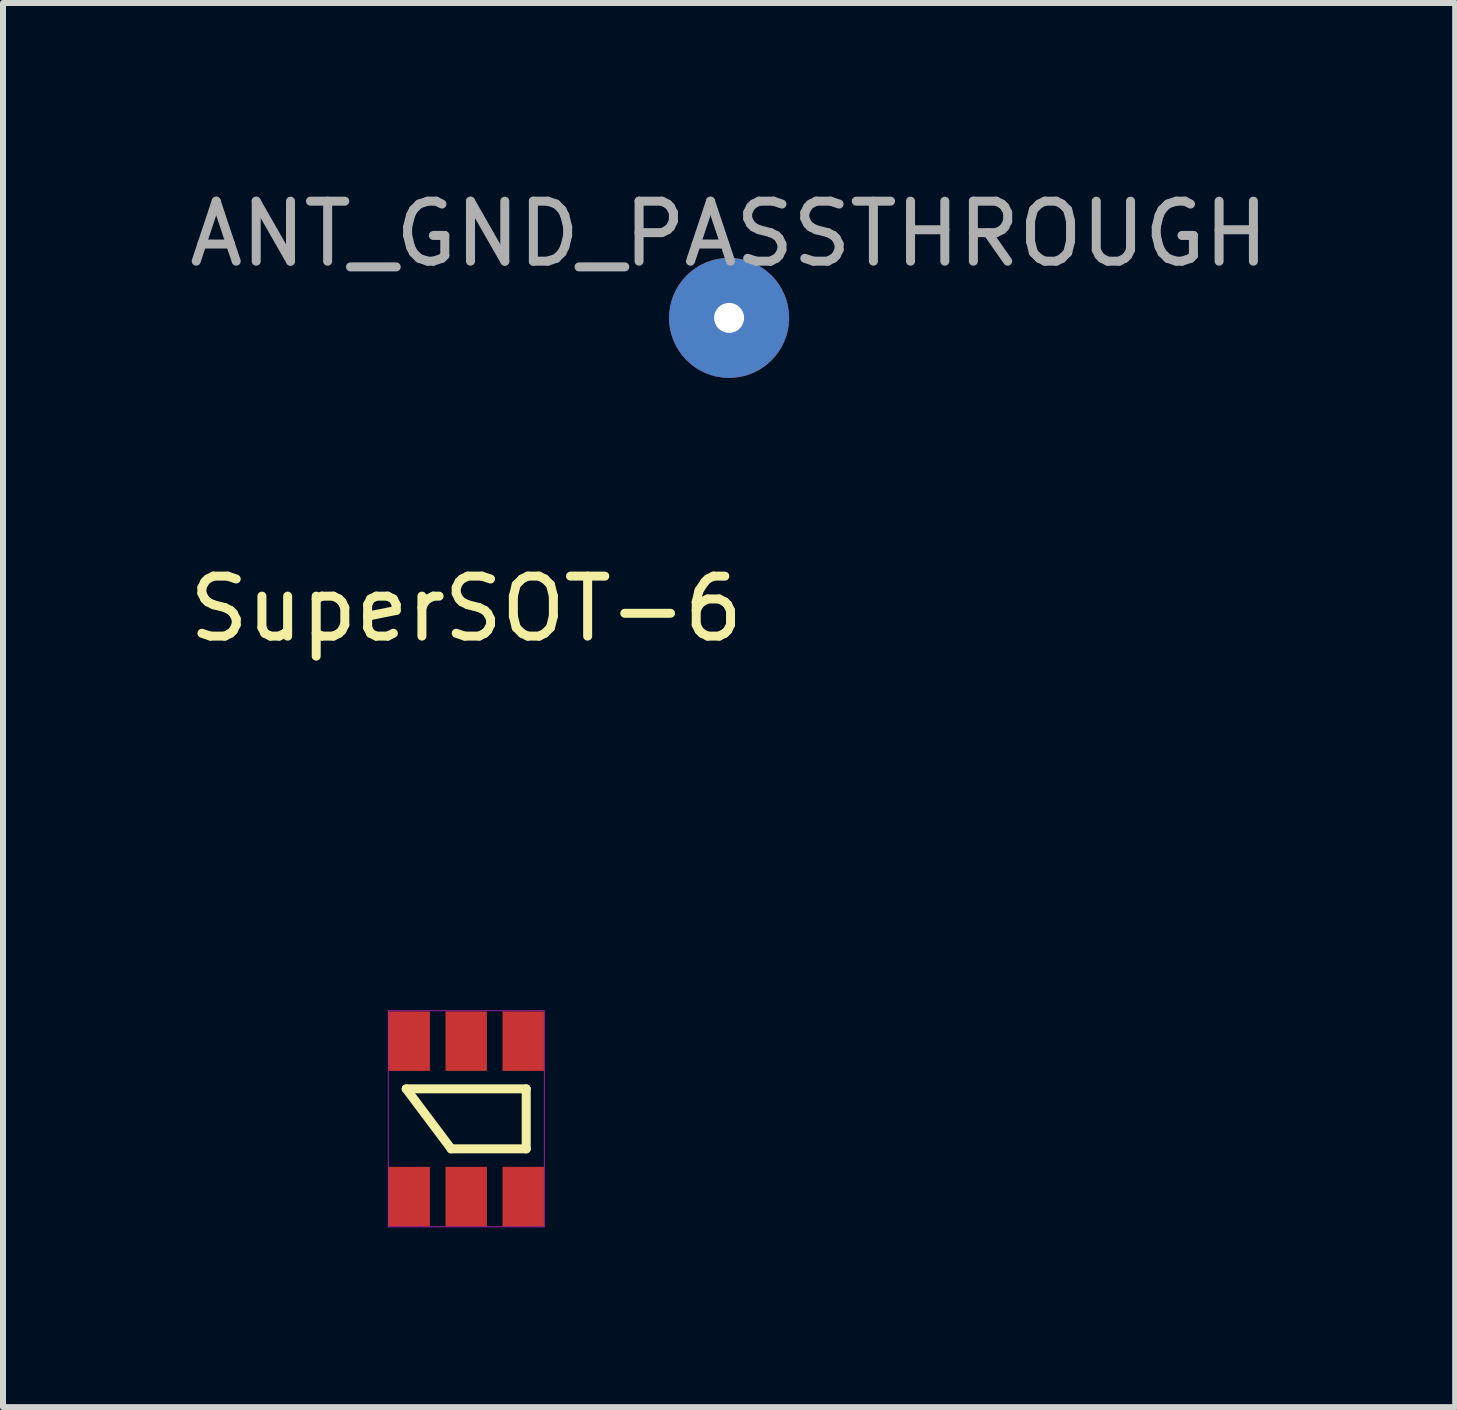
<source format=kicad_pcb>
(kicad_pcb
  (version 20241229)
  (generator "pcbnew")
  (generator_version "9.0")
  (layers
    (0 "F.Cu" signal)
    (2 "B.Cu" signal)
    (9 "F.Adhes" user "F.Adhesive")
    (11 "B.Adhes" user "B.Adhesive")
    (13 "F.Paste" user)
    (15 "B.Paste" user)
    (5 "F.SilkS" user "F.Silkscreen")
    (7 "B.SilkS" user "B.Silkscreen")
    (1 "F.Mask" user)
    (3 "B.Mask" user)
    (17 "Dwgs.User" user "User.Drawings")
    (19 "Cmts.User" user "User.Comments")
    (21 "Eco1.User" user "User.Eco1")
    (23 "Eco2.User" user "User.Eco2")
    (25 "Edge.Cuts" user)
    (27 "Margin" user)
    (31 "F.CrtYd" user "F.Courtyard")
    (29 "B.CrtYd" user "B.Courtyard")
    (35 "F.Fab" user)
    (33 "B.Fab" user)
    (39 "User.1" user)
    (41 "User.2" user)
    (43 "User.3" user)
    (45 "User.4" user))
  (footprint "ANT_GND_PASSTHROUGH"
    (layer "F.Cu")
    (at 9.101 2.248)
    (property "Reference" "ANT_GND_PASSTHROUGH" (at 0 -1.4 0) (layer "F.Fab") (effects (font (size 1 1) (thickness 0.15))))
    (attr through_hole)
    (pad "1" thru_hole circle (at 0 0) (size 2 2) (drill 0.5) (layers "*.Cu" "*.Mask")))
  (footprint "SuperSOT-6"
    (layer "F.Cu")
    (at 4.72 15.597)
    (property "Reference" "SuperSOT-6" (at 0 -8.5 0) (layer "F.SilkS") (effects (font (size 1 1) (thickness 0.15))))
    (attr through_hole)
    (fp_line (start -1 -0.5) (end -0.25 0.5) (stroke (width 0.15) (type solid)) (layer "F.SilkS"))
    (fp_line (start -0.25 0.5) (end 1 0.5) (stroke (width 0.15) (type solid)) (layer "F.SilkS"))
    (fp_line (start 1 -0.5) (end -1 -0.5) (stroke (width 0.15) (type solid)) (layer "F.SilkS"))
    (fp_line (start 1 0.5) (end 1 -0.5) (stroke (width 0.15) (type solid)) (layer "F.SilkS"))
    (fp_line (start -1.3 -1.8) (end 1.3 -1.8) (stroke (width 0.01) (type solid)) (layer "F.CrtYd"))
    (fp_line (start -1.3 1.8) (end -1.3 -1.8) (stroke (width 0.01) (type solid)) (layer "F.CrtYd"))
    (fp_line (start 1.3 -1.8) (end 1.3 1.8) (stroke (width 0.01) (type solid)) (layer "F.CrtYd"))
    (fp_line (start 1.3 1.8) (end -1.3 1.8) (stroke (width 0.01) (type solid)) (layer "F.CrtYd"))
    (pad "1" smd rect (at -0.95 1.295) (size 0.69 0.99) (layers "F.Cu" "F.Mask" "F.Paste"))
    (pad "2" smd rect (at 0 1.295) (size 0.69 0.99) (layers "F.Cu" "F.Mask" "F.Paste"))
    (pad "3" smd rect (at 0.95 1.295) (size 0.69 0.99) (layers "F.Cu" "F.Mask" "F.Paste"))
    (pad "4" smd rect (at 0.95 -1.295) (size 0.69 0.99) (layers "F.Cu" "F.Mask" "F.Paste"))
    (pad "5" smd rect (at 0 -1.295) (size 0.69 0.99) (layers "F.Cu" "F.Mask" "F.Paste"))
    (pad "6" smd rect (at -0.95 -1.295) (size 0.69 0.99) (layers "F.Cu" "F.Mask" "F.Paste")))
  (gr_rect
    (start -3 -3)
    (end 21.202 20.401)
    (stroke (width 0.1) (type default))
    (fill no)
    (layer "Edge.Cuts")))
</source>
